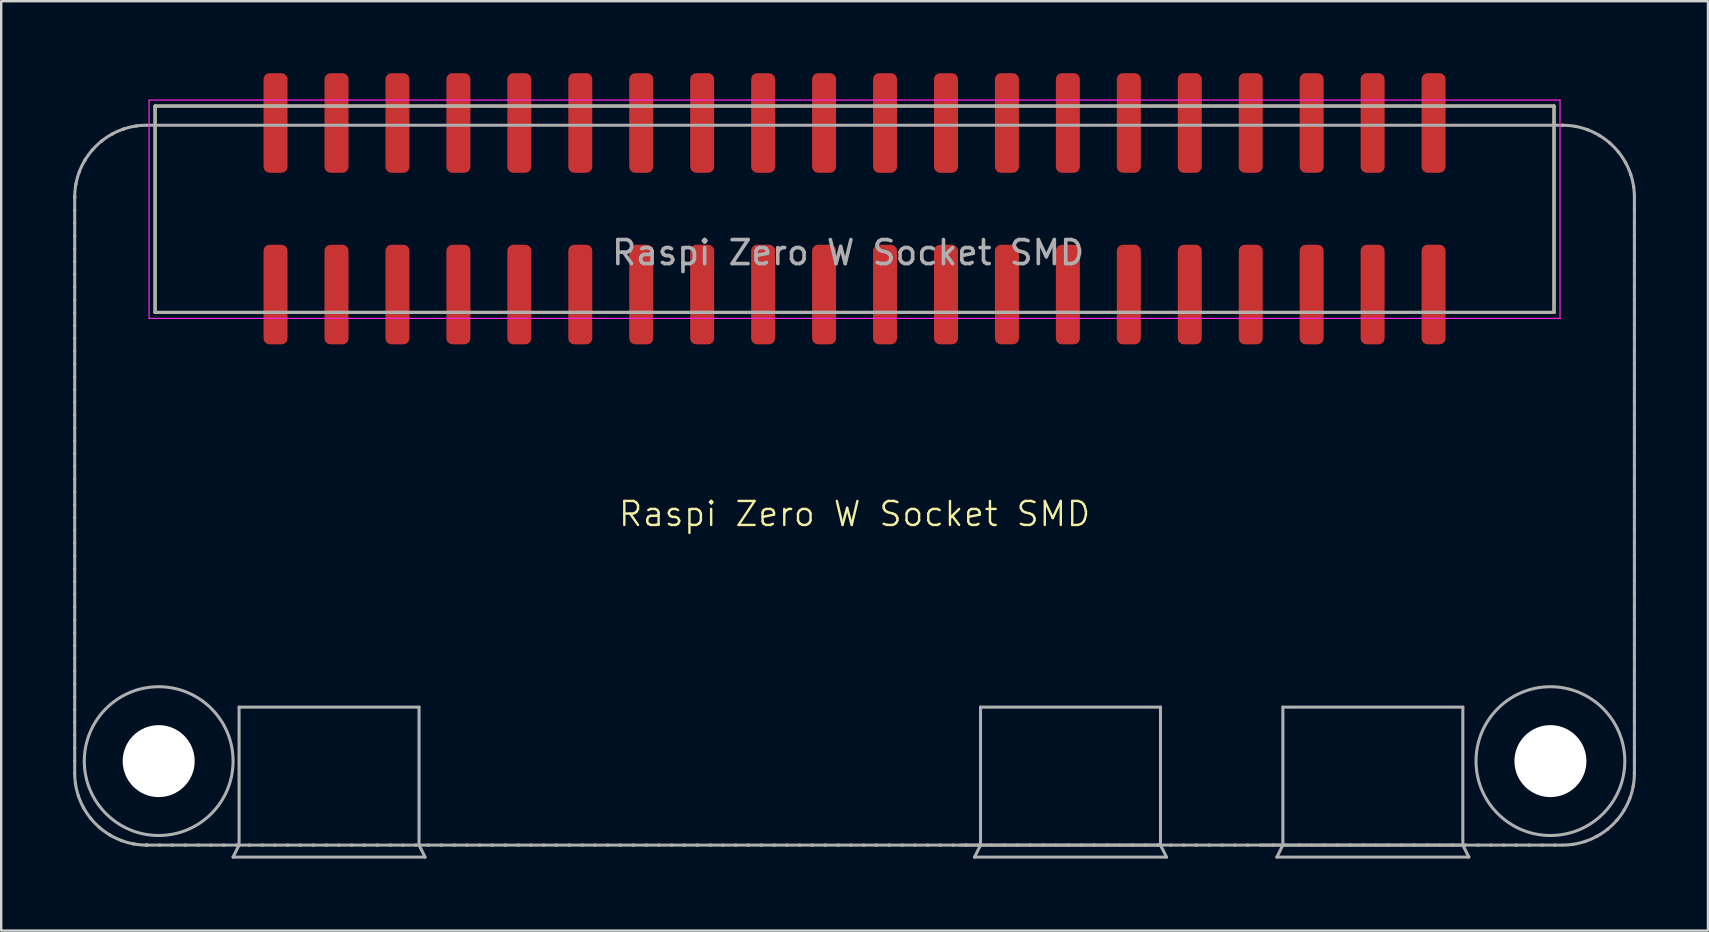
<source format=kicad_pcb>
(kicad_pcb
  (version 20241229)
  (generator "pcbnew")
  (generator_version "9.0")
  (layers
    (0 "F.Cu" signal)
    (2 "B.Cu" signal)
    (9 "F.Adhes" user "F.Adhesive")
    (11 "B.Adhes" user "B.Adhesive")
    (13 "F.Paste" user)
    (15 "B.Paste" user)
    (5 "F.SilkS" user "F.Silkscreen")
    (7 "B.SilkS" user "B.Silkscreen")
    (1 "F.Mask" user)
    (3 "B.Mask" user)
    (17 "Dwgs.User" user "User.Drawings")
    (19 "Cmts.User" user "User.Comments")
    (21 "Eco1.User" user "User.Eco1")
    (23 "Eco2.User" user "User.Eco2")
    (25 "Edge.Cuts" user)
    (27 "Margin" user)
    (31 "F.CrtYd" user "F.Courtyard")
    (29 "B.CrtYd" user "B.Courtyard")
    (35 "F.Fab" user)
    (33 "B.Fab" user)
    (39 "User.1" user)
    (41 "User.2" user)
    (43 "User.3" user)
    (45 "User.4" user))
  (footprint "Raspi Zero W Socket SMD"
    (layer "F.Cu")
    (at 32.563 5.669)
    (property "Reference" "Raspi Zero W Socket SMD" (at 0 12.7 0) (unlocked yes) (layer "F.SilkS") (effects (font (size 1 1) (thickness 0.1))))
    (attr through_hole)
    (fp_line (start -32.5 -0.5) (end -32.5 23.5) (stroke (width 0.127) (type dot)) (layer "F.SilkS"))
    (fp_line (start -29.5 26.5) (end 29.5 26.5) (stroke (width 0.127) (type dot)) (layer "F.SilkS"))
    (fp_line (start -29.15 -4.3) (end 29.15 -4.3) (stroke (width 0.127) (type solid)) (layer "F.SilkS"))
    (fp_line (start -29.15 4.3) (end -29.15 -4.3) (stroke (width 0.127) (type solid)) (layer "F.SilkS"))
    (fp_line (start 29.15 -4.3) (end 29.15 4.3) (stroke (width 0.127) (type solid)) (layer "F.SilkS"))
    (fp_line (start 29.15 4.3) (end -29.15 4.3) (stroke (width 0.127) (type solid)) (layer "F.SilkS"))
    (fp_line (start 32.5 23.5) (end 32.5 -0.5) (stroke (width 0.127) (type dot)) (layer "F.SilkS"))
    (fp_arc (start -32.5 -0.5) (mid -31.62132 -2.62132) (end -29.5 -3.5) (stroke (width 0.127) (type dot)) (layer "F.SilkS"))
    (fp_arc (start -29.5 26.5) (mid -31.62132 25.62132) (end -32.5 23.5) (stroke (width 0.127) (type dot)) (layer "F.SilkS"))
    (fp_arc (start 29.5 -3.5) (mid 31.62132 -2.62132) (end 32.5 -0.5) (stroke (width 0.127) (type dot)) (layer "F.SilkS"))
    (fp_arc (start 32.5 23.5) (mid 31.62132 25.62132) (end 29.5 26.5) (stroke (width 0.127) (type dot)) (layer "F.SilkS"))
    (fp_line (start -29.4 -4.55) (end 29.4 -4.55) (stroke (width 0.05) (type solid)) (layer "F.CrtYd"))
    (fp_line (start -29.4 4.55) (end -29.4 -4.55) (stroke (width 0.05) (type solid)) (layer "F.CrtYd"))
    (fp_line (start 29.4 -4.55) (end 29.4 4.55) (stroke (width 0.05) (type solid)) (layer "F.CrtYd"))
    (fp_line (start 29.4 4.55) (end -29.4 4.55) (stroke (width 0.05) (type solid)) (layer "F.CrtYd"))
    (fp_line (start -32.5 -0.5) (end -32.5 23.5) (stroke (width 0.127) (type solid)) (layer "F.Fab"))
    (fp_line (start -29.5 26.5) (end -25.65 26.5) (stroke (width 0.127) (type solid)) (layer "F.Fab"))
    (fp_line (start -29.15 -4.3) (end 29.15 -4.3) (stroke (width 0.127) (type solid)) (layer "F.Fab"))
    (fp_line (start -29.15 4.3) (end -29.15 -4.3) (stroke (width 0.127) (type solid)) (layer "F.Fab"))
    (fp_line (start -25.9 27) (end -17.9 27) (stroke (width 0.127) (type solid)) (layer "F.Fab"))
    (fp_line (start -25.65 20.75) (end -18.15 20.75) (stroke (width 0.127) (type solid)) (layer "F.Fab"))
    (fp_line (start -25.65 26.5) (end -25.9 27) (stroke (width 0.127) (type solid)) (layer "F.Fab"))
    (fp_line (start -25.65 26.5) (end -25.65 20.75) (stroke (width 0.127) (type solid)) (layer "F.Fab"))
    (fp_line (start -25.65 26.5) (end -18.15 26.5) (stroke (width 0.127) (type solid)) (layer "F.Fab"))
    (fp_line (start -18.15 20.75) (end -18.15 26.5) (stroke (width 0.127) (type solid)) (layer "F.Fab"))
    (fp_line (start -18.15 26.5) (end 29.5 26.5) (stroke (width 0.127) (type solid)) (layer "F.Fab"))
    (fp_line (start -17.9 27) (end -18.15 26.5) (stroke (width 0.127) (type solid)) (layer "F.Fab"))
    (fp_line (start 4.4 26.5) (end 5.25 26.5) (stroke (width 0.127) (type solid)) (layer "F.Fab"))
    (fp_line (start 5 27) (end 13 27) (stroke (width 0.127) (type solid)) (layer "F.Fab"))
    (fp_line (start 5.25 20.75) (end 12.75 20.75) (stroke (width 0.127) (type solid)) (layer "F.Fab"))
    (fp_line (start 5.25 26.5) (end 5 27) (stroke (width 0.127) (type solid)) (layer "F.Fab"))
    (fp_line (start 5.25 26.5) (end 5.25 20.75) (stroke (width 0.127) (type solid)) (layer "F.Fab"))
    (fp_line (start 5.25 26.5) (end 12.75 26.5) (stroke (width 0.127) (type solid)) (layer "F.Fab"))
    (fp_line (start 12.75 20.75) (end 12.75 26.5) (stroke (width 0.127) (type solid)) (layer "F.Fab"))
    (fp_line (start 13 27) (end 12.75 26.5) (stroke (width 0.127) (type solid)) (layer "F.Fab"))
    (fp_line (start 17 26.5) (end 17.85 26.5) (stroke (width 0.127) (type solid)) (layer "F.Fab"))
    (fp_line (start 17.6 27) (end 25.6 27) (stroke (width 0.127) (type solid)) (layer "F.Fab"))
    (fp_line (start 17.85 20.75) (end 25.35 20.75) (stroke (width 0.127) (type solid)) (layer "F.Fab"))
    (fp_line (start 17.85 26.5) (end 17.6 27) (stroke (width 0.127) (type solid)) (layer "F.Fab"))
    (fp_line (start 17.85 26.5) (end 17.85 20.75) (stroke (width 0.127) (type solid)) (layer "F.Fab"))
    (fp_line (start 17.85 26.5) (end 25.35 26.5) (stroke (width 0.127) (type solid)) (layer "F.Fab"))
    (fp_line (start 25.35 20.75) (end 25.35 26.5) (stroke (width 0.127) (type solid)) (layer "F.Fab"))
    (fp_line (start 25.6 27) (end 25.35 26.5) (stroke (width 0.127) (type solid)) (layer "F.Fab"))
    (fp_line (start 29.15 -4.3) (end 29.15 4.3) (stroke (width 0.127) (type solid)) (layer "F.Fab"))
    (fp_line (start 29.15 4.3) (end -29.15 4.3) (stroke (width 0.127) (type solid)) (layer "F.Fab"))
    (fp_line (start 29.5 -3.5) (end -29.5 -3.5) (stroke (width 0.127) (type solid)) (layer "F.Fab"))
    (fp_line (start 32.5 23.5) (end 32.5 -0.5) (stroke (width 0.127) (type solid)) (layer "F.Fab"))
    (fp_arc (start -32.5 -0.5) (mid -31.62132 -2.62132) (end -29.5 -3.5) (stroke (width 0.127) (type solid)) (layer "F.Fab"))
    (fp_arc (start -29.5 26.5) (mid -31.62132 25.62132) (end -32.5 23.5) (stroke (width 0.127) (type solid)) (layer "F.Fab"))
    (fp_arc (start 29.5 -3.5) (mid 31.62132 -2.62132) (end 32.5 -0.5) (stroke (width 0.127) (type solid)) (layer "F.Fab"))
    (fp_arc (start 32.5 23.5) (mid 31.62132 25.62132) (end 29.5 26.5) (stroke (width 0.127) (type solid)) (layer "F.Fab"))
    (fp_circle (center -29 23) (end -25.9 23) (stroke (width 0.127) (type solid)) (fill no) (layer "F.Fab"))
    (fp_circle (center 29 23) (end 32.1 23) (stroke (width 0.127) (type solid)) (fill no) (layer "F.Fab"))
    (fp_text user "${REFERENCE}" (at -0.27 1.81 0) (unlocked yes) (layer "F.Fab") (effects (font (size 1 1) (thickness 0.15))))
    (pad "" np_thru_hole circle (at -29 23) (size 3 3) (drill 3) (layers "*.Cu" "*.Mask"))
    (pad "" np_thru_hole circle (at 29 23) (size 3 3) (drill 3) (layers "*.Cu" "*.Mask"))
    (pad "1" smd roundrect (at -24.13 3.556) (size 1 4.15) (layers "F.Cu" "F.Mask" "F.Paste") (roundrect_rratio 0.25))
    (pad "2" smd roundrect (at -24.13 -3.594) (size 1 4.15) (layers "F.Cu" "F.Mask" "F.Paste") (roundrect_rratio 0.25))
    (pad "3" smd roundrect (at -21.59 3.556) (size 1 4.15) (layers "F.Cu" "F.Mask" "F.Paste") (roundrect_rratio 0.25))
    (pad "4" smd roundrect (at -21.59 -3.594) (size 1 4.15) (layers "F.Cu" "F.Mask" "F.Paste") (roundrect_rratio 0.25))
    (pad "5" smd roundrect (at -19.05 3.556) (size 1 4.15) (layers "F.Cu" "F.Mask" "F.Paste") (roundrect_rratio 0.25))
    (pad "6" smd roundrect (at -19.05 -3.594) (size 1 4.15) (layers "F.Cu" "F.Mask" "F.Paste") (roundrect_rratio 0.25))
    (pad "7" smd roundrect (at -16.51 3.556) (size 1 4.15) (layers "F.Cu" "F.Mask" "F.Paste") (roundrect_rratio 0.25))
    (pad "8" smd roundrect (at -16.51 -3.594) (size 1 4.15) (layers "F.Cu" "F.Mask" "F.Paste") (roundrect_rratio 0.25))
    (pad "9" smd roundrect (at -13.97 3.556) (size 1 4.15) (layers "F.Cu" "F.Mask" "F.Paste") (roundrect_rratio 0.25))
    (pad "10" smd roundrect (at -13.97 -3.594) (size 1 4.15) (layers "F.Cu" "F.Mask" "F.Paste") (roundrect_rratio 0.25))
    (pad "11" smd roundrect (at -11.43 3.556) (size 1 4.15) (layers "F.Cu" "F.Mask" "F.Paste") (roundrect_rratio 0.25))
    (pad "12" smd roundrect (at -11.43 -3.594) (size 1 4.15) (layers "F.Cu" "F.Mask" "F.Paste") (roundrect_rratio 0.25))
    (pad "13" smd roundrect (at -8.89 3.556) (size 1 4.15) (layers "F.Cu" "F.Mask" "F.Paste") (roundrect_rratio 0.25))
    (pad "14" smd roundrect (at -8.89 -3.594) (size 1 4.15) (layers "F.Cu" "F.Mask" "F.Paste") (roundrect_rratio 0.25))
    (pad "15" smd roundrect (at -6.35 3.556) (size 1 4.15) (layers "F.Cu" "F.Mask" "F.Paste") (roundrect_rratio 0.25))
    (pad "16" smd roundrect (at -6.35 -3.594) (size 1 4.15) (layers "F.Cu" "F.Mask" "F.Paste") (roundrect_rratio 0.25))
    (pad "17" smd roundrect (at -3.81 3.556) (size 1 4.15) (layers "F.Cu" "F.Mask" "F.Paste") (roundrect_rratio 0.25))
    (pad "18" smd roundrect (at -3.81 -3.594) (size 1 4.15) (layers "F.Cu" "F.Mask" "F.Paste") (roundrect_rratio 0.25))
    (pad "19" smd roundrect (at -1.27 3.556) (size 1 4.15) (layers "F.Cu" "F.Mask" "F.Paste") (roundrect_rratio 0.25))
    (pad "20" smd roundrect (at -1.27 -3.594) (size 1 4.15) (layers "F.Cu" "F.Mask" "F.Paste") (roundrect_rratio 0.25))
    (pad "21" smd roundrect (at 1.27 3.556) (size 1 4.15) (layers "F.Cu" "F.Mask" "F.Paste") (roundrect_rratio 0.25))
    (pad "22" smd roundrect (at 1.27 -3.594) (size 1 4.15) (layers "F.Cu" "F.Mask" "F.Paste") (roundrect_rratio 0.25))
    (pad "23" smd roundrect (at 3.81 3.556) (size 1 4.15) (layers "F.Cu" "F.Mask" "F.Paste") (roundrect_rratio 0.25))
    (pad "24" smd roundrect (at 3.81 -3.594) (size 1 4.15) (layers "F.Cu" "F.Mask" "F.Paste") (roundrect_rratio 0.25))
    (pad "25" smd roundrect (at 6.35 3.556) (size 1 4.15) (layers "F.Cu" "F.Mask" "F.Paste") (roundrect_rratio 0.25))
    (pad "26" smd roundrect (at 6.35 -3.594) (size 1 4.15) (layers "F.Cu" "F.Mask" "F.Paste") (roundrect_rratio 0.25))
    (pad "27" smd roundrect (at 8.89 3.556) (size 1 4.15) (layers "F.Cu" "F.Mask" "F.Paste") (roundrect_rratio 0.25))
    (pad "28" smd roundrect (at 8.89 -3.594) (size 1 4.15) (layers "F.Cu" "F.Mask" "F.Paste") (roundrect_rratio 0.25))
    (pad "29" smd roundrect (at 11.43 3.556) (size 1 4.15) (layers "F.Cu" "F.Mask" "F.Paste") (roundrect_rratio 0.25))
    (pad "30" smd roundrect (at 11.43 -3.594) (size 1 4.15) (layers "F.Cu" "F.Mask" "F.Paste") (roundrect_rratio 0.25))
    (pad "31" smd roundrect (at 13.97 3.556) (size 1 4.15) (layers "F.Cu" "F.Mask" "F.Paste") (roundrect_rratio 0.25))
    (pad "32" smd roundrect (at 13.97 -3.594) (size 1 4.15) (layers "F.Cu" "F.Mask" "F.Paste") (roundrect_rratio 0.25))
    (pad "33" smd roundrect (at 16.51 3.556) (size 1 4.15) (layers "F.Cu" "F.Mask" "F.Paste") (roundrect_rratio 0.25))
    (pad "34" smd roundrect (at 16.51 -3.594) (size 1 4.15) (layers "F.Cu" "F.Mask" "F.Paste") (roundrect_rratio 0.25))
    (pad "35" smd roundrect (at 19.05 3.556) (size 1 4.15) (layers "F.Cu" "F.Mask" "F.Paste") (roundrect_rratio 0.25))
    (pad "36" smd roundrect (at 19.05 -3.594) (size 1 4.15) (layers "F.Cu" "F.Mask" "F.Paste") (roundrect_rratio 0.25))
    (pad "37" smd roundrect (at 21.59 3.556) (size 1 4.15) (layers "F.Cu" "F.Mask" "F.Paste") (roundrect_rratio 0.25))
    (pad "38" smd roundrect (at 21.59 -3.594) (size 1 4.15) (layers "F.Cu" "F.Mask" "F.Paste") (roundrect_rratio 0.25))
    (pad "39" smd roundrect (at 24.13 3.556) (size 1 4.15) (layers "F.Cu" "F.Mask" "F.Paste") (roundrect_rratio 0.25))
    (pad "40" smd roundrect (at 24.13 -3.594) (size 1 4.15) (layers "F.Cu" "F.Mask" "F.Paste") (roundrect_rratio 0.25)))
  (gr_rect
    (start -3 -3)
    (end 68.127 35.733)
    (stroke (width 0.1) (type default))
    (fill no)
    (layer "Edge.Cuts")))
</source>
